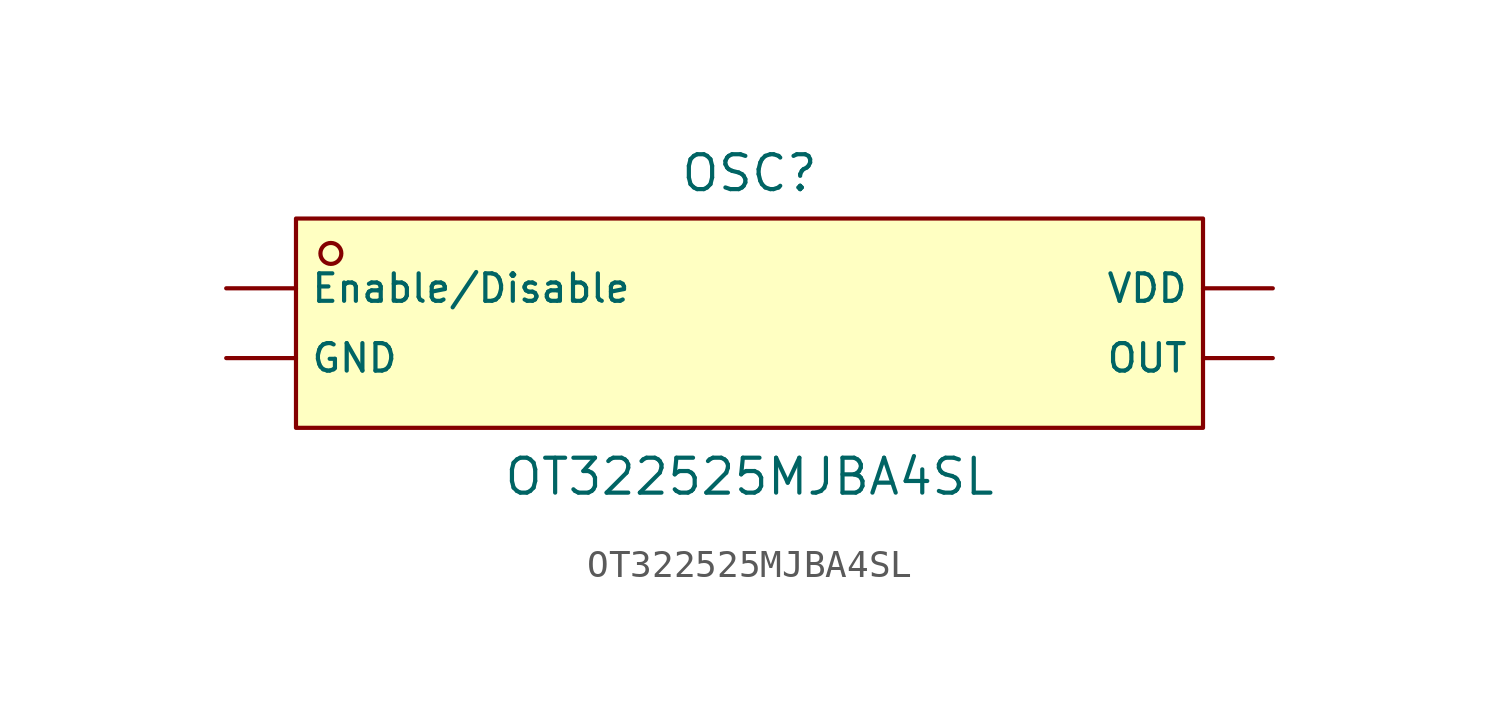
<source format=kicad_sym>
(kicad_symbol_lib
  (version 20220914)
  (generator kicad_symbol_editor)
  (symbol "OT322525MJBA4SL"
    (pin_numbers hide)
    (property "Reference" "OSC"
      (at 0 5.461 0)
      (effects (font (size 1.27 1.27))))
    (property "Value" "OT322525MJBA4SL"
      (at 0 -5.588 0)
      (effects (font (size 1.27 1.27))))
    (symbol "OT322525MJBA4SL_0_1"
      (rectangle (start -16.51 3.81) (end 16.51 -3.81) (stroke (width 0) (type default)) (fill (type background)))
      (circle (center -15.24 2.54) (radius 0.381) (stroke (width 0) (type default)) (fill (type background)))
      (pin unspecified line (at -19.05 1.27 0) (length 2.54) (name "Enable/Disable" (effects (font (size 1 1)))) (number "1" (effects (font (size 1 1)))))
      (pin unspecified line (at -19.05 -1.27 0) (length 2.54) (name "GND" (effects (font (size 1 1)))) (number "2" (effects (font (size 1 1)))))
      (pin unspecified line (at 19.05 -1.27 180) (length 2.54) (name "OUT" (effects (font (size 1 1)))) (number "3" (effects (font (size 1 1)))))
      (pin unspecified line (at 19.05 1.27 180) (length 2.54) (name "VDD" (effects (font (size 1 1)))) (number "4" (effects (font (size 1 1))))))))
</source>
